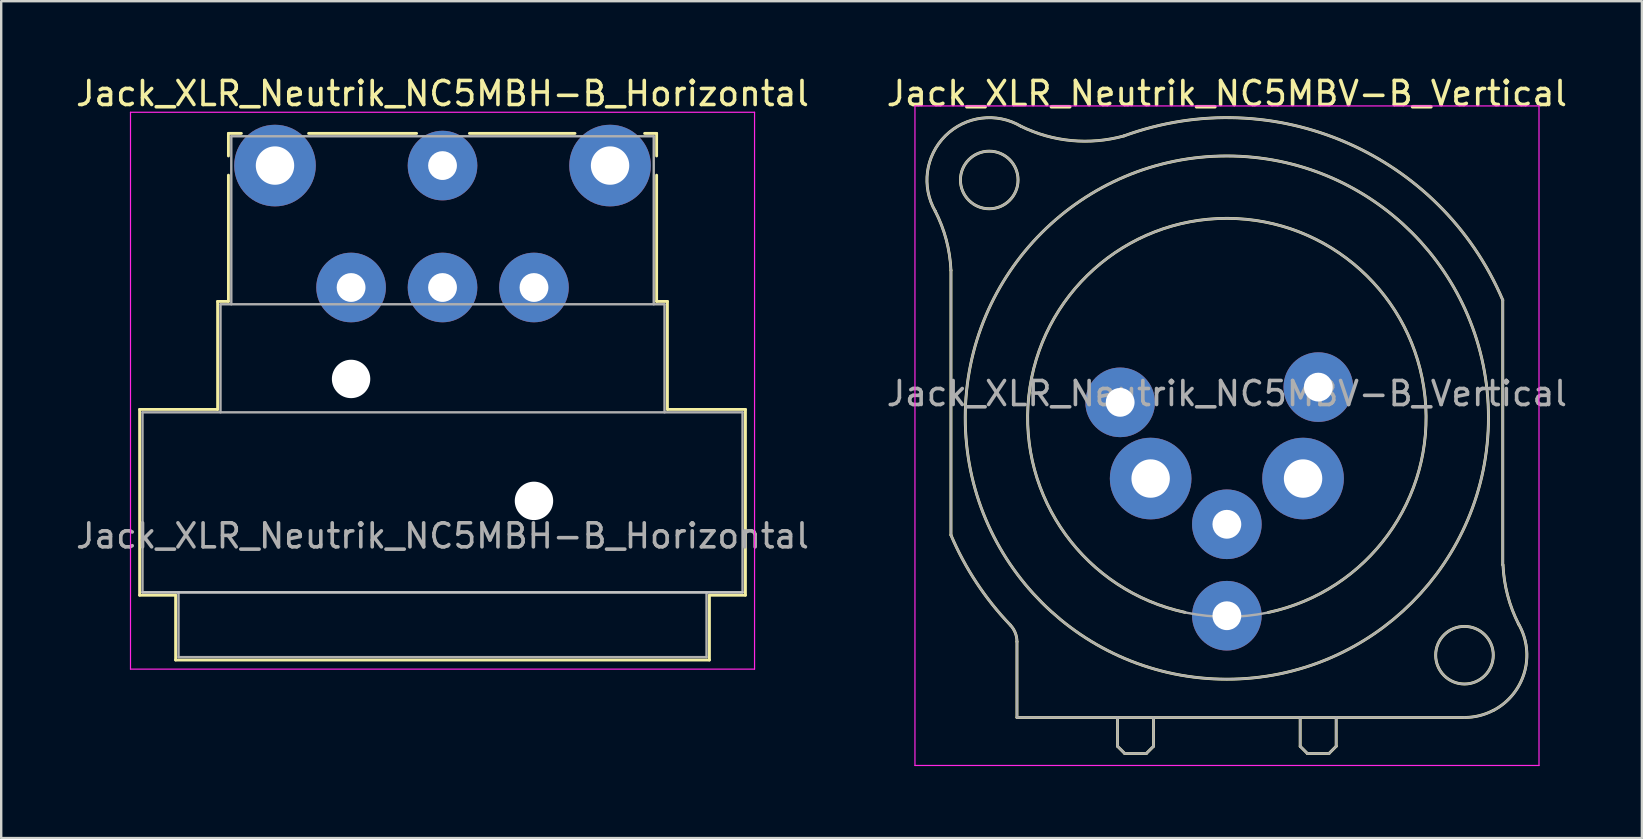
<source format=kicad_pcb>
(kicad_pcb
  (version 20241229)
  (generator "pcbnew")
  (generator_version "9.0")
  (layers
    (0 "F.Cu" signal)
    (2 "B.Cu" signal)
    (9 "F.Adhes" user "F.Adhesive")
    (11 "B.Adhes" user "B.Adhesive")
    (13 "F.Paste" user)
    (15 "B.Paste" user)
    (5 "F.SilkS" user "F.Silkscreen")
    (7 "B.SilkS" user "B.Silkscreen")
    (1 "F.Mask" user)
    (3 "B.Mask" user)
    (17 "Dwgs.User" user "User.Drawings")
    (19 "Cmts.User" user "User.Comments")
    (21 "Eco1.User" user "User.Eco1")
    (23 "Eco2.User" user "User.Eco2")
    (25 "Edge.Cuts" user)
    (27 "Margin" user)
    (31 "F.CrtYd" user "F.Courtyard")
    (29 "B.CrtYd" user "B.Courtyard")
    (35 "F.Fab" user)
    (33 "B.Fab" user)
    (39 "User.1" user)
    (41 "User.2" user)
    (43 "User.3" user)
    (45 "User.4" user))
  (footprint "Jack_XLR_Neutrik_NC5MBH-B_Horizontal"
    (layer "F.Cu")
    (at 8.407 3.848)
    (property "Reference" "Jack_XLR_Neutrik_NC5MBH-B_Horizontal" (at 6.98 -3 0) (layer "F.SilkS") (effects (font (size 1 1) (thickness 0.15))))
    (attr through_hole)
    (fp_line (start -5.64 10.16) (end -2.39 10.16) (stroke (width 0.12) (type solid)) (layer "F.SilkS"))
    (fp_line (start -5.64 17.9) (end -5.64 10.16) (stroke (width 0.12) (type solid)) (layer "F.SilkS"))
    (fp_line (start -4.14 17.9) (end -5.64 17.9) (stroke (width 0.12) (type solid)) (layer "F.SilkS"))
    (fp_line (start -4.14 17.9) (end -4.14 20.6) (stroke (width 0.12) (type solid)) (layer "F.SilkS"))
    (fp_line (start -2.39 10.16) (end -2.39 5.66) (stroke (width 0.12) (type solid)) (layer "F.SilkS"))
    (fp_line (start -1.94 -1.34) (end -1.94 -0.4) (stroke (width 0.12) (type solid)) (layer "F.SilkS"))
    (fp_line (start -1.94 -1.34) (end -1.4 -1.34) (stroke (width 0.12) (type solid)) (layer "F.SilkS"))
    (fp_line (start -1.94 5.66) (end -2.39 5.66) (stroke (width 0.12) (type solid)) (layer "F.SilkS"))
    (fp_line (start -1.94 5.66) (end -1.94 0.4) (stroke (width 0.12) (type solid)) (layer "F.SilkS"))
    (fp_line (start 5.9 -1.34) (end 1.4 -1.34) (stroke (width 0.12) (type solid)) (layer "F.SilkS"))
    (fp_line (start 12.5 -1.34) (end 8.1 -1.34) (stroke (width 0.12) (type solid)) (layer "F.SilkS"))
    (fp_line (start 15.9 -1.34) (end 15.4 -1.34) (stroke (width 0.12) (type solid)) (layer "F.SilkS"))
    (fp_line (start 15.9 -1.34) (end 15.9 -0.4) (stroke (width 0.12) (type solid)) (layer "F.SilkS"))
    (fp_line (start 15.9 5.66) (end 15.9 0.4) (stroke (width 0.12) (type solid)) (layer "F.SilkS"))
    (fp_line (start 15.9 5.66) (end 16.35 5.66) (stroke (width 0.12) (type solid)) (layer "F.SilkS"))
    (fp_line (start 16.35 10.16) (end 16.35 5.66) (stroke (width 0.12) (type solid)) (layer "F.SilkS"))
    (fp_line (start 16.35 10.16) (end 19.6 10.16) (stroke (width 0.12) (type solid)) (layer "F.SilkS"))
    (fp_line (start 18.1 17.9) (end 18.1 20.6) (stroke (width 0.12) (type solid)) (layer "F.SilkS"))
    (fp_line (start 18.1 20.6) (end -4.14 20.6) (stroke (width 0.12) (type solid)) (layer "F.SilkS"))
    (fp_line (start 19.6 17.9) (end 18.1 17.9) (stroke (width 0.12) (type solid)) (layer "F.SilkS"))
    (fp_line (start 19.6 17.9) (end 19.6 10.16) (stroke (width 0.12) (type solid)) (layer "F.SilkS"))
    (fp_line (start 19.48 17.78) (end -5.52 17.78) (stroke (width 0.1) (type solid)) (layer "Dwgs.User"))
    (fp_line (start -6.02 20.98) (end -6.02 -2.22) (stroke (width 0.05) (type solid)) (layer "F.CrtYd"))
    (fp_line (start 19.98 -2.22) (end -6.02 -2.22) (stroke (width 0.05) (type solid)) (layer "F.CrtYd"))
    (fp_line (start 19.98 20.98) (end -6.02 20.98) (stroke (width 0.05) (type solid)) (layer "F.CrtYd"))
    (fp_line (start 19.98 20.98) (end 19.98 -2.22) (stroke (width 0.05) (type solid)) (layer "F.CrtYd"))
    (fp_line (start -5.52 10.28) (end 19.48 10.28) (stroke (width 0.1) (type solid)) (layer "F.Fab"))
    (fp_line (start -5.52 17.78) (end -5.52 10.28) (stroke (width 0.1) (type solid)) (layer "F.Fab"))
    (fp_line (start -4.02 20.48) (end -4.02 17.78) (stroke (width 0.1) (type solid)) (layer "F.Fab"))
    (fp_line (start -2.27 5.78) (end -2.27 10.28) (stroke (width 0.1) (type solid)) (layer "F.Fab"))
    (fp_line (start -2.27 5.78) (end 16.23 5.78) (stroke (width 0.1) (type solid)) (layer "F.Fab"))
    (fp_line (start -1.82 5.78) (end -1.82 -1.22) (stroke (width 0.1) (type solid)) (layer "F.Fab"))
    (fp_line (start 15.78 -1.22) (end -1.82 -1.22) (stroke (width 0.1) (type solid)) (layer "F.Fab"))
    (fp_line (start 15.78 5.78) (end 15.78 -1.22) (stroke (width 0.1) (type solid)) (layer "F.Fab"))
    (fp_line (start 16.23 10.28) (end 16.23 5.78) (stroke (width 0.1) (type solid)) (layer "F.Fab"))
    (fp_line (start 17.98 17.78) (end 17.98 20.48) (stroke (width 0.1) (type solid)) (layer "F.Fab"))
    (fp_line (start 17.98 20.48) (end -4.02 20.48) (stroke (width 0.1) (type solid)) (layer "F.Fab"))
    (fp_line (start 19.48 10.28) (end 19.48 17.78) (stroke (width 0.1) (type solid)) (layer "F.Fab"))
    (fp_line (start 19.48 17.78) (end -5.52 17.78) (stroke (width 0.1) (type solid)) (layer "F.Fab"))
    (fp_text user "${REFERENCE}" (at 6.98 15.43 0) (layer "F.Fab") (effects (font (size 1 1) (thickness 0.15))))
    (pad "" np_thru_hole circle (at 3.17 8.89) (size 1.6 1.6) (drill 1.6) (layers "*.Cu" "*.Mask"))
    (pad "" np_thru_hole circle (at 10.79 13.97) (size 1.6 1.6) (drill 1.6) (layers "*.Cu" "*.Mask"))
    (pad "1" thru_hole circle (at 0 0) (size 3.4 3.4) (drill 1.6) (layers "*.Cu" "*.Mask"))
    (pad "2" thru_hole circle (at 3.17 5.08) (size 2.9 2.9) (drill 1.2) (layers "*.Cu" "*.Mask"))
    (pad "3" thru_hole circle (at 6.98 0) (size 2.9 2.9) (drill 1.2) (layers "*.Cu" "*.Mask"))
    (pad "4" thru_hole circle (at 10.79 5.08) (size 2.9 2.9) (drill 1.2) (layers "*.Cu" "*.Mask"))
    (pad "5" thru_hole circle (at 13.96 0) (size 3.4 3.4) (drill 1.6) (layers "*.Cu" "*.Mask"))
    (pad "G" thru_hole circle (at 6.98 5.08) (size 2.9 2.9) (drill 1.2) (layers "*.Cu" "*.Mask")))
  (footprint "Jack_XLR_Neutrik_NC5MBV-B_Vertical"
    (layer "F.Cu")
    (at 43.62 13.713)
    (property "Reference" "Jack_XLR_Neutrik_NC5MBV-B_Vertical" (at 4.445 -12.865 0) (layer "F.SilkS") (effects (font (size 1 1) (thickness 0.15))))
    (attr through_hole)
    (fp_line (start -7.05 -5.5) (end -7.05 5.53) (stroke (width 0.12) (type solid)) (layer "F.SilkS"))
    (fp_line (start -4.3 9.97) (end -4.3 13.13) (stroke (width 0.12) (type solid)) (layer "F.SilkS"))
    (fp_line (start -0.11 13.13) (end -0.11 14.33) (stroke (width 0.12) (type solid)) (layer "F.SilkS"))
    (fp_line (start -0.11 14.33) (end 0.19 14.63) (stroke (width 0.12) (type solid)) (layer "F.SilkS"))
    (fp_line (start 0.19 14.63) (end 1.09 14.63) (stroke (width 0.12) (type solid)) (layer "F.SilkS"))
    (fp_line (start 1.39 13.13) (end 1.39 14.33) (stroke (width 0.12) (type solid)) (layer "F.SilkS"))
    (fp_line (start 1.39 14.33) (end 1.09 14.63) (stroke (width 0.12) (type solid)) (layer "F.SilkS"))
    (fp_line (start 7.5 13.13) (end 7.5 14.33) (stroke (width 0.12) (type solid)) (layer "F.SilkS"))
    (fp_line (start 7.5 14.33) (end 7.8 14.63) (stroke (width 0.12) (type solid)) (layer "F.SilkS"))
    (fp_line (start 8.7 14.63) (end 7.8 14.63) (stroke (width 0.12) (type solid)) (layer "F.SilkS"))
    (fp_line (start 9 13.13) (end 9 14.33) (stroke (width 0.12) (type solid)) (layer "F.SilkS"))
    (fp_line (start 9 14.33) (end 8.7 14.63) (stroke (width 0.12) (type solid)) (layer "F.SilkS"))
    (fp_line (start 14.34 13.13) (end -4.3 13.13) (stroke (width 0.12) (type solid)) (layer "F.SilkS"))
    (fp_line (start 15.94 6.77) (end 15.94 -4.26) (stroke (width 0.12) (type solid)) (layer "F.SilkS"))
    (fp_arc (start -7.706072 -7.969016) (mid -7.245016 -6.769854) (end -7.05 -5.5) (stroke (width 0.12) (type solid)) (layer "F.SilkS"))
    (fp_arc (start -7.701898 -7.960402) (mid -7.280108 -11.106809) (end -4.13 -11.5) (stroke (width 0.12) (type solid)) (layer "F.SilkS"))
    (fp_arc (start -4.57767 9.277192) (mid -5.983521 7.515552) (end -7.05 5.53) (stroke (width 0.12) (type solid)) (layer "F.SilkS"))
    (fp_arc (start -4.577033 9.279118) (mid -4.371839 9.597822) (end -4.3 9.97) (stroke (width 0.12) (type solid)) (layer "F.SilkS"))
    (fp_arc (start 0.155138 -11.099295) (mid -2.024203 -10.906412) (end -4.13 -11.5) (stroke (width 0.12) (type solid)) (layer "F.SilkS"))
    (fp_arc (start 0.15831 -11.100431) (mid 9.413683 -10.828344) (end 15.94 -4.26) (stroke (width 0.12) (type solid)) (layer "F.SilkS"))
    (fp_arc (start 2.7 8.75) (mid 4.457421 -7.665488) (end 6.165706 8.755186) (stroke (width 0.12) (type solid)) (layer "F.SilkS"))
    (fp_arc (start 15.548589 12.832023) (mid 14.96239 13.054406) (end 14.34 13.13) (stroke (width 0.12) (type solid)) (layer "F.SilkS"))
    (fp_arc (start 16.602795 9.242305) (mid 16.840071 11.256668) (end 15.56 12.83) (stroke (width 0.12) (type solid)) (layer "F.SilkS"))
    (fp_arc (start 16.607596 9.253415) (mid 16.144453 8.047281) (end 15.95 6.77) (stroke (width 0.12) (type solid)) (layer "F.SilkS"))
    (fp_circle (center -5.455 -9.265) (end -4.255 -9.265) (stroke (width 0.12) (type solid)) (fill no) (layer "F.SilkS"))
    (fp_circle (center 4.445 0.635) (end 15.345 0.635) (stroke (width 0.12) (type solid)) (fill no) (layer "F.SilkS"))
    (fp_circle (center 14.345 10.535) (end 15.545 10.535) (stroke (width 0.12) (type solid)) (fill no) (layer "F.SilkS"))
    (fp_line (start -8.55 -12.35) (end 17.45 -12.35) (stroke (width 0.05) (type solid)) (layer "F.CrtYd"))
    (fp_line (start -8.55 15.13) (end -8.55 -12.35) (stroke (width 0.05) (type solid)) (layer "F.CrtYd"))
    (fp_line (start 17.45 -12.35) (end 17.45 15.13) (stroke (width 0.05) (type solid)) (layer "F.CrtYd"))
    (fp_line (start 17.45 15.13) (end -8.55 15.13) (stroke (width 0.05) (type solid)) (layer "F.CrtYd"))
    (fp_line (start -7.05 -5.5) (end -7.05 5.53) (stroke (width 0.1) (type solid)) (layer "F.Fab"))
    (fp_line (start -4.3 9.97) (end -4.3 13.13) (stroke (width 0.1) (type solid)) (layer "F.Fab"))
    (fp_line (start -0.11 13.13) (end -0.11 14.33) (stroke (width 0.1) (type solid)) (layer "F.Fab"))
    (fp_line (start -0.11 14.33) (end 0.19 14.63) (stroke (width 0.1) (type solid)) (layer "F.Fab"))
    (fp_line (start 0.19 14.63) (end 1.09 14.63) (stroke (width 0.1) (type solid)) (layer "F.Fab"))
    (fp_line (start 1.39 13.13) (end 1.39 14.33) (stroke (width 0.1) (type solid)) (layer "F.Fab"))
    (fp_line (start 1.39 14.33) (end 1.09 14.63) (stroke (width 0.1) (type solid)) (layer "F.Fab"))
    (fp_line (start 7.5 13.13) (end 7.5 14.33) (stroke (width 0.1) (type solid)) (layer "F.Fab"))
    (fp_line (start 7.5 14.33) (end 7.8 14.63) (stroke (width 0.1) (type solid)) (layer "F.Fab"))
    (fp_line (start 8.7 14.63) (end 7.8 14.63) (stroke (width 0.1) (type solid)) (layer "F.Fab"))
    (fp_line (start 9 13.13) (end 9 14.33) (stroke (width 0.1) (type solid)) (layer "F.Fab"))
    (fp_line (start 9 14.33) (end 8.7 14.63) (stroke (width 0.1) (type solid)) (layer "F.Fab"))
    (fp_line (start 14.34 13.13) (end -4.3 13.13) (stroke (width 0.1) (type solid)) (layer "F.Fab"))
    (fp_line (start 15.94 6.77) (end 15.94 -4.26) (stroke (width 0.1) (type solid)) (layer "F.Fab"))
    (fp_arc (start -7.706072 -7.969016) (mid -7.245016 -6.769854) (end -7.05 -5.5) (stroke (width 0.1) (type solid)) (layer "F.Fab"))
    (fp_arc (start -7.701898 -7.960402) (mid -7.280108 -11.106809) (end -4.13 -11.5) (stroke (width 0.1) (type solid)) (layer "F.Fab"))
    (fp_arc (start -4.57767 9.277192) (mid -5.983521 7.515552) (end -7.05 5.53) (stroke (width 0.1) (type solid)) (layer "F.Fab"))
    (fp_arc (start -4.577033 9.279118) (mid -4.371839 9.597822) (end -4.3 9.97) (stroke (width 0.1) (type solid)) (layer "F.Fab"))
    (fp_arc (start 0.155138 -11.099295) (mid -2.024203 -10.906412) (end -4.13 -11.5) (stroke (width 0.1) (type solid)) (layer "F.Fab"))
    (fp_arc (start 0.15831 -11.100431) (mid 9.413683 -10.828344) (end 15.94 -4.26) (stroke (width 0.1) (type solid)) (layer "F.Fab"))
    (fp_arc (start 16.564991 9.168414) (mid 16.616945 11.80321) (end 14.34 13.13) (stroke (width 0.1) (type solid)) (layer "F.Fab"))
    (fp_arc (start 16.574479 9.187942) (mid 16.135172 8.011789) (end 15.95 6.77) (stroke (width 0.1) (type solid)) (layer "F.Fab"))
    (fp_circle (center -5.455 -9.265) (end -4.255 -9.265) (stroke (width 0.1) (type solid)) (fill no) (layer "F.Fab"))
    (fp_circle (center 4.445 0.635) (end 12.745 0.635) (stroke (width 0.1) (type solid)) (fill no) (layer "F.Fab"))
    (fp_circle (center 4.445 0.635) (end 15.345 0.635) (stroke (width 0.1) (type solid)) (fill no) (layer "F.Fab"))
    (fp_circle (center 14.345 10.535) (end 15.545 10.535) (stroke (width 0.1) (type solid)) (fill no) (layer "F.Fab"))
    (fp_text user "${REFERENCE}" (at 4.445 -0.365 0) (layer "F.Fab") (effects (font (size 1 1) (thickness 0.15))))
    (pad "1" thru_hole circle (at 0 0) (size 2.9 2.9) (drill 1.2) (layers "*.Cu" "*.Mask"))
    (pad "2" thru_hole circle (at 1.27 3.175) (size 3.4 3.4) (drill 1.6) (layers "*.Cu" "*.Mask"))
    (pad "3" thru_hole circle (at 4.445 5.08) (size 2.9 2.9) (drill 1.2) (layers "*.Cu" "*.Mask"))
    (pad "4" thru_hole circle (at 7.62 3.175) (size 3.4 3.4) (drill 1.6) (layers "*.Cu" "*.Mask"))
    (pad "5" thru_hole circle (at 8.255 -0.635) (size 2.9 2.9) (drill 1.2) (layers "*.Cu" "*.Mask"))
    (pad "G" thru_hole circle (at 4.445 8.89) (size 2.9 2.9) (drill 1.2) (layers "*.Cu" "*.Mask")))
  (gr_rect
    (start -3 -3)
    (end 65.357 31.868)
    (stroke (width 0.1) (type default))
    (fill no)
    (layer "Edge.Cuts")))
</source>
